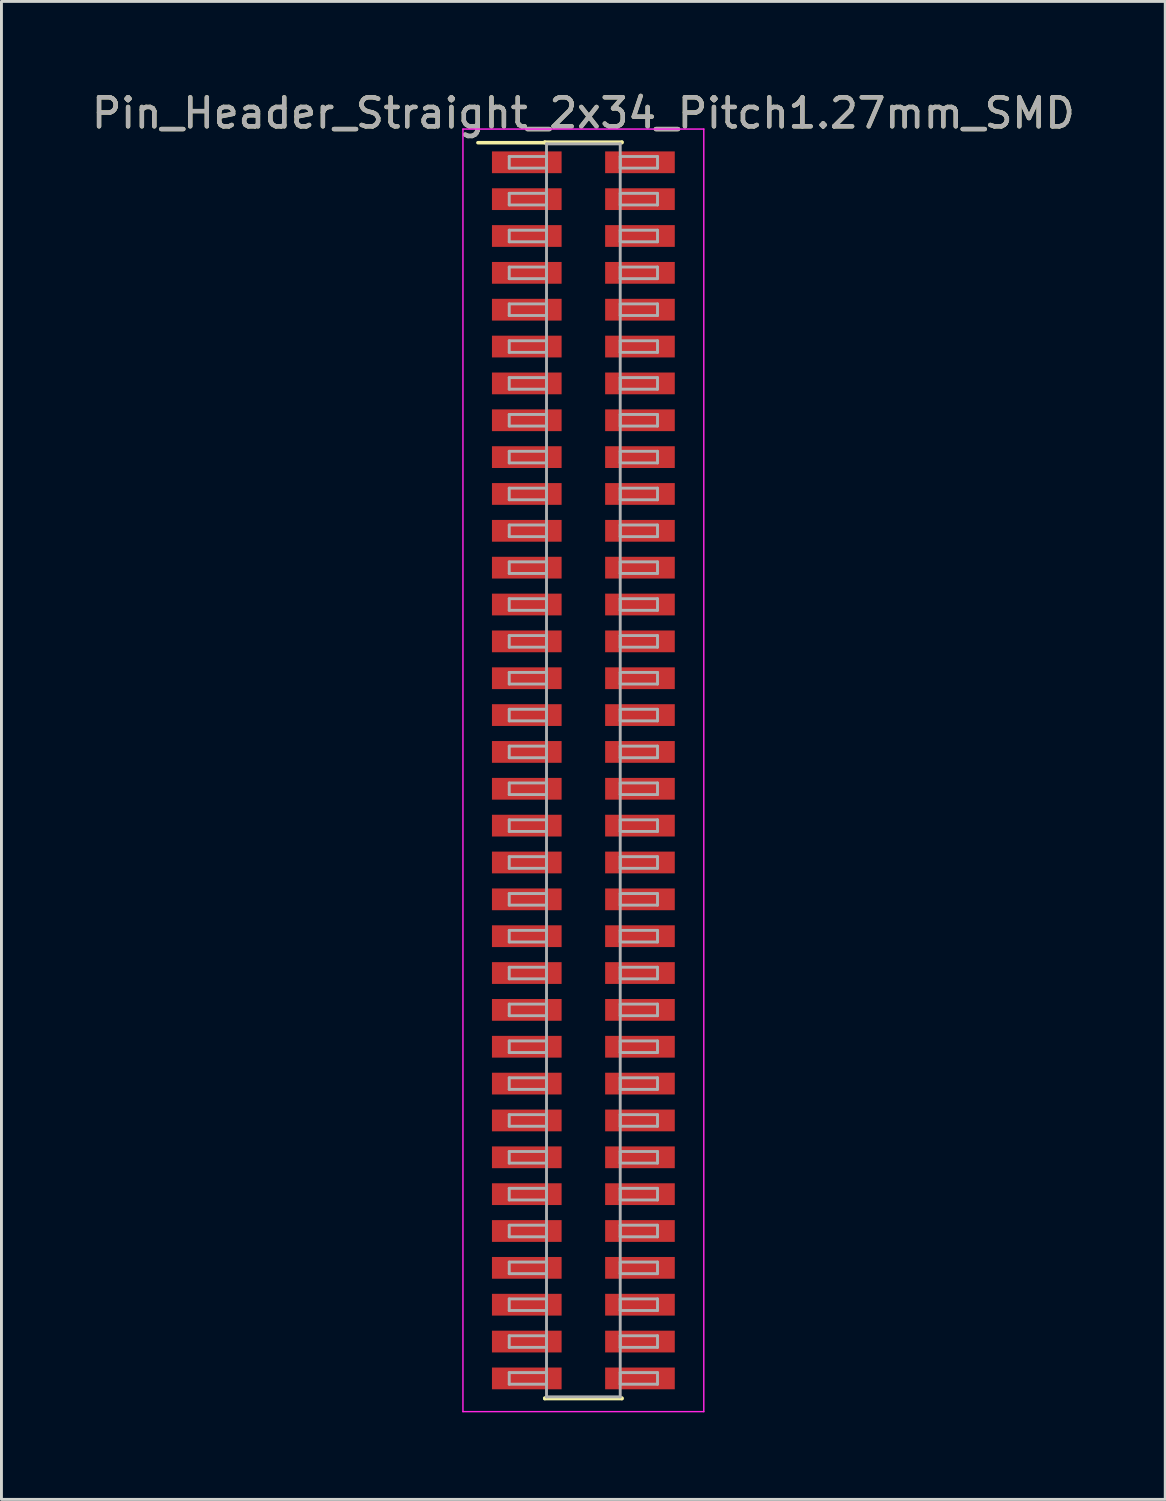
<source format=kicad_pcb>
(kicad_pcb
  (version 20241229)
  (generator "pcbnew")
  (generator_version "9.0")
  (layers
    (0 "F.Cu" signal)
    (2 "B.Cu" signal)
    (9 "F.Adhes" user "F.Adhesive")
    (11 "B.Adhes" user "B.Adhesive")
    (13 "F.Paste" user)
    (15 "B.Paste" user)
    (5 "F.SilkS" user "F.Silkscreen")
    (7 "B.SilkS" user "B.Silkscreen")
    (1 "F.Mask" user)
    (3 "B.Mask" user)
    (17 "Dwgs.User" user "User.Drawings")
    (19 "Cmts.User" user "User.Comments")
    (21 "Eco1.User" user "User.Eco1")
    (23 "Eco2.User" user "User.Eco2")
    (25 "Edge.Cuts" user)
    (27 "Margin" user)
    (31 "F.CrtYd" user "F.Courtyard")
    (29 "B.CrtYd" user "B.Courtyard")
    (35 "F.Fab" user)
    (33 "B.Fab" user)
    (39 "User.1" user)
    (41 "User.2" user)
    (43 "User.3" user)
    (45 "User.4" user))
  (footprint "Pin_Header_Straight_2x34_Pitch1.27mm_SMD"
    (layer "F.Cu")
    (at 17.054 23.498)
    (property "Reference" "Pin_Header_Straight_2x34_Pitch1.27mm_SMD" (at 0 -22.65 0) (layer "F.SilkS") (effects (font (size 1 1) (thickness 0.15))))
    (attr smd)
    (fp_line (start -3.635 -21.63) (end -1.33 -21.63) (stroke (width 0.12) (type solid)) (layer "F.SilkS"))
    (fp_line (start -1.33 -21.65) (end 1.33 -21.65) (stroke (width 0.12) (type solid)) (layer "F.SilkS"))
    (fp_line (start -1.33 -21.63) (end -1.33 -21.65) (stroke (width 0.12) (type solid)) (layer "F.SilkS"))
    (fp_line (start -1.33 21.63) (end -1.33 21.65) (stroke (width 0.12) (type solid)) (layer "F.SilkS"))
    (fp_line (start -1.33 21.65) (end 1.33 21.65) (stroke (width 0.12) (type solid)) (layer "F.SilkS"))
    (fp_line (start 1.33 -21.65) (end 1.33 -21.63) (stroke (width 0.12) (type solid)) (layer "F.SilkS"))
    (fp_line (start 1.33 21.65) (end 1.33 21.63) (stroke (width 0.12) (type solid)) (layer "F.SilkS"))
    (fp_line (start -4.15 -22.1) (end -4.15 22.1) (stroke (width 0.05) (type solid)) (layer "F.CrtYd"))
    (fp_line (start -4.15 22.1) (end 4.15 22.1) (stroke (width 0.05) (type solid)) (layer "F.CrtYd"))
    (fp_line (start 4.15 -22.1) (end -4.15 -22.1) (stroke (width 0.05) (type solid)) (layer "F.CrtYd"))
    (fp_line (start 4.15 22.1) (end 4.15 -22.1) (stroke (width 0.05) (type solid)) (layer "F.CrtYd"))
    (fp_line (start -2.555 -21.155) (end -1.27 -21.155) (stroke (width 0.1) (type solid)) (layer "F.Fab"))
    (fp_line (start -2.555 -20.755) (end -2.555 -21.155) (stroke (width 0.1) (type solid)) (layer "F.Fab"))
    (fp_line (start -2.555 -19.885) (end -1.27 -19.885) (stroke (width 0.1) (type solid)) (layer "F.Fab"))
    (fp_line (start -2.555 -19.485) (end -2.555 -19.885) (stroke (width 0.1) (type solid)) (layer "F.Fab"))
    (fp_line (start -2.555 -18.615) (end -1.27 -18.615) (stroke (width 0.1) (type solid)) (layer "F.Fab"))
    (fp_line (start -2.555 -18.215) (end -2.555 -18.615) (stroke (width 0.1) (type solid)) (layer "F.Fab"))
    (fp_line (start -2.555 -17.345) (end -1.27 -17.345) (stroke (width 0.1) (type solid)) (layer "F.Fab"))
    (fp_line (start -2.555 -16.945) (end -2.555 -17.345) (stroke (width 0.1) (type solid)) (layer "F.Fab"))
    (fp_line (start -2.555 -16.075) (end -1.27 -16.075) (stroke (width 0.1) (type solid)) (layer "F.Fab"))
    (fp_line (start -2.555 -15.675) (end -2.555 -16.075) (stroke (width 0.1) (type solid)) (layer "F.Fab"))
    (fp_line (start -2.555 -14.805) (end -1.27 -14.805) (stroke (width 0.1) (type solid)) (layer "F.Fab"))
    (fp_line (start -2.555 -14.405) (end -2.555 -14.805) (stroke (width 0.1) (type solid)) (layer "F.Fab"))
    (fp_line (start -2.555 -13.535) (end -1.27 -13.535) (stroke (width 0.1) (type solid)) (layer "F.Fab"))
    (fp_line (start -2.555 -13.135) (end -2.555 -13.535) (stroke (width 0.1) (type solid)) (layer "F.Fab"))
    (fp_line (start -2.555 -12.265) (end -1.27 -12.265) (stroke (width 0.1) (type solid)) (layer "F.Fab"))
    (fp_line (start -2.555 -11.865) (end -2.555 -12.265) (stroke (width 0.1) (type solid)) (layer "F.Fab"))
    (fp_line (start -2.555 -10.995) (end -1.27 -10.995) (stroke (width 0.1) (type solid)) (layer "F.Fab"))
    (fp_line (start -2.555 -10.595) (end -2.555 -10.995) (stroke (width 0.1) (type solid)) (layer "F.Fab"))
    (fp_line (start -2.555 -9.725) (end -1.27 -9.725) (stroke (width 0.1) (type solid)) (layer "F.Fab"))
    (fp_line (start -2.555 -9.325) (end -2.555 -9.725) (stroke (width 0.1) (type solid)) (layer "F.Fab"))
    (fp_line (start -2.555 -8.455) (end -1.27 -8.455) (stroke (width 0.1) (type solid)) (layer "F.Fab"))
    (fp_line (start -2.555 -8.055) (end -2.555 -8.455) (stroke (width 0.1) (type solid)) (layer "F.Fab"))
    (fp_line (start -2.555 -7.185) (end -1.27 -7.185) (stroke (width 0.1) (type solid)) (layer "F.Fab"))
    (fp_line (start -2.555 -6.785) (end -2.555 -7.185) (stroke (width 0.1) (type solid)) (layer "F.Fab"))
    (fp_line (start -2.555 -5.915) (end -1.27 -5.915) (stroke (width 0.1) (type solid)) (layer "F.Fab"))
    (fp_line (start -2.555 -5.515) (end -2.555 -5.915) (stroke (width 0.1) (type solid)) (layer "F.Fab"))
    (fp_line (start -2.555 -4.645) (end -1.27 -4.645) (stroke (width 0.1) (type solid)) (layer "F.Fab"))
    (fp_line (start -2.555 -4.245) (end -2.555 -4.645) (stroke (width 0.1) (type solid)) (layer "F.Fab"))
    (fp_line (start -2.555 -3.375) (end -1.27 -3.375) (stroke (width 0.1) (type solid)) (layer "F.Fab"))
    (fp_line (start -2.555 -2.975) (end -2.555 -3.375) (stroke (width 0.1) (type solid)) (layer "F.Fab"))
    (fp_line (start -2.555 -2.105) (end -1.27 -2.105) (stroke (width 0.1) (type solid)) (layer "F.Fab"))
    (fp_line (start -2.555 -1.705) (end -2.555 -2.105) (stroke (width 0.1) (type solid)) (layer "F.Fab"))
    (fp_line (start -2.555 -0.835) (end -1.27 -0.835) (stroke (width 0.1) (type solid)) (layer "F.Fab"))
    (fp_line (start -2.555 -0.435) (end -2.555 -0.835) (stroke (width 0.1) (type solid)) (layer "F.Fab"))
    (fp_line (start -2.555 0.435) (end -1.27 0.435) (stroke (width 0.1) (type solid)) (layer "F.Fab"))
    (fp_line (start -2.555 0.835) (end -2.555 0.435) (stroke (width 0.1) (type solid)) (layer "F.Fab"))
    (fp_line (start -2.555 1.705) (end -1.27 1.705) (stroke (width 0.1) (type solid)) (layer "F.Fab"))
    (fp_line (start -2.555 2.105) (end -2.555 1.705) (stroke (width 0.1) (type solid)) (layer "F.Fab"))
    (fp_line (start -2.555 2.975) (end -1.27 2.975) (stroke (width 0.1) (type solid)) (layer "F.Fab"))
    (fp_line (start -2.555 3.375) (end -2.555 2.975) (stroke (width 0.1) (type solid)) (layer "F.Fab"))
    (fp_line (start -2.555 4.245) (end -1.27 4.245) (stroke (width 0.1) (type solid)) (layer "F.Fab"))
    (fp_line (start -2.555 4.645) (end -2.555 4.245) (stroke (width 0.1) (type solid)) (layer "F.Fab"))
    (fp_line (start -2.555 5.515) (end -1.27 5.515) (stroke (width 0.1) (type solid)) (layer "F.Fab"))
    (fp_line (start -2.555 5.915) (end -2.555 5.515) (stroke (width 0.1) (type solid)) (layer "F.Fab"))
    (fp_line (start -2.555 6.785) (end -1.27 6.785) (stroke (width 0.1) (type solid)) (layer "F.Fab"))
    (fp_line (start -2.555 7.185) (end -2.555 6.785) (stroke (width 0.1) (type solid)) (layer "F.Fab"))
    (fp_line (start -2.555 8.055) (end -1.27 8.055) (stroke (width 0.1) (type solid)) (layer "F.Fab"))
    (fp_line (start -2.555 8.455) (end -2.555 8.055) (stroke (width 0.1) (type solid)) (layer "F.Fab"))
    (fp_line (start -2.555 9.325) (end -1.27 9.325) (stroke (width 0.1) (type solid)) (layer "F.Fab"))
    (fp_line (start -2.555 9.725) (end -2.555 9.325) (stroke (width 0.1) (type solid)) (layer "F.Fab"))
    (fp_line (start -2.555 10.595) (end -1.27 10.595) (stroke (width 0.1) (type solid)) (layer "F.Fab"))
    (fp_line (start -2.555 10.995) (end -2.555 10.595) (stroke (width 0.1) (type solid)) (layer "F.Fab"))
    (fp_line (start -2.555 11.865) (end -1.27 11.865) (stroke (width 0.1) (type solid)) (layer "F.Fab"))
    (fp_line (start -2.555 12.265) (end -2.555 11.865) (stroke (width 0.1) (type solid)) (layer "F.Fab"))
    (fp_line (start -2.555 13.135) (end -1.27 13.135) (stroke (width 0.1) (type solid)) (layer "F.Fab"))
    (fp_line (start -2.555 13.535) (end -2.555 13.135) (stroke (width 0.1) (type solid)) (layer "F.Fab"))
    (fp_line (start -2.555 14.405) (end -1.27 14.405) (stroke (width 0.1) (type solid)) (layer "F.Fab"))
    (fp_line (start -2.555 14.805) (end -2.555 14.405) (stroke (width 0.1) (type solid)) (layer "F.Fab"))
    (fp_line (start -2.555 15.675) (end -1.27 15.675) (stroke (width 0.1) (type solid)) (layer "F.Fab"))
    (fp_line (start -2.555 16.075) (end -2.555 15.675) (stroke (width 0.1) (type solid)) (layer "F.Fab"))
    (fp_line (start -2.555 16.945) (end -1.27 16.945) (stroke (width 0.1) (type solid)) (layer "F.Fab"))
    (fp_line (start -2.555 17.345) (end -2.555 16.945) (stroke (width 0.1) (type solid)) (layer "F.Fab"))
    (fp_line (start -2.555 18.215) (end -1.27 18.215) (stroke (width 0.1) (type solid)) (layer "F.Fab"))
    (fp_line (start -2.555 18.615) (end -2.555 18.215) (stroke (width 0.1) (type solid)) (layer "F.Fab"))
    (fp_line (start -2.555 19.485) (end -1.27 19.485) (stroke (width 0.1) (type solid)) (layer "F.Fab"))
    (fp_line (start -2.555 19.885) (end -2.555 19.485) (stroke (width 0.1) (type solid)) (layer "F.Fab"))
    (fp_line (start -2.555 20.755) (end -1.27 20.755) (stroke (width 0.1) (type solid)) (layer "F.Fab"))
    (fp_line (start -2.555 21.155) (end -2.555 20.755) (stroke (width 0.1) (type solid)) (layer "F.Fab"))
    (fp_line (start -1.27 -21.59) (end -1.27 21.59) (stroke (width 0.1) (type solid)) (layer "F.Fab"))
    (fp_line (start -1.27 -21.155) (end -1.27 -20.755) (stroke (width 0.1) (type solid)) (layer "F.Fab"))
    (fp_line (start -1.27 -20.755) (end -2.555 -20.755) (stroke (width 0.1) (type solid)) (layer "F.Fab"))
    (fp_line (start -1.27 -19.885) (end -1.27 -19.485) (stroke (width 0.1) (type solid)) (layer "F.Fab"))
    (fp_line (start -1.27 -19.485) (end -2.555 -19.485) (stroke (width 0.1) (type solid)) (layer "F.Fab"))
    (fp_line (start -1.27 -18.615) (end -1.27 -18.215) (stroke (width 0.1) (type solid)) (layer "F.Fab"))
    (fp_line (start -1.27 -18.215) (end -2.555 -18.215) (stroke (width 0.1) (type solid)) (layer "F.Fab"))
    (fp_line (start -1.27 -17.345) (end -1.27 -16.945) (stroke (width 0.1) (type solid)) (layer "F.Fab"))
    (fp_line (start -1.27 -16.945) (end -2.555 -16.945) (stroke (width 0.1) (type solid)) (layer "F.Fab"))
    (fp_line (start -1.27 -16.075) (end -1.27 -15.675) (stroke (width 0.1) (type solid)) (layer "F.Fab"))
    (fp_line (start -1.27 -15.675) (end -2.555 -15.675) (stroke (width 0.1) (type solid)) (layer "F.Fab"))
    (fp_line (start -1.27 -14.805) (end -1.27 -14.405) (stroke (width 0.1) (type solid)) (layer "F.Fab"))
    (fp_line (start -1.27 -14.405) (end -2.555 -14.405) (stroke (width 0.1) (type solid)) (layer "F.Fab"))
    (fp_line (start -1.27 -13.535) (end -1.27 -13.135) (stroke (width 0.1) (type solid)) (layer "F.Fab"))
    (fp_line (start -1.27 -13.135) (end -2.555 -13.135) (stroke (width 0.1) (type solid)) (layer "F.Fab"))
    (fp_line (start -1.27 -12.265) (end -1.27 -11.865) (stroke (width 0.1) (type solid)) (layer "F.Fab"))
    (fp_line (start -1.27 -11.865) (end -2.555 -11.865) (stroke (width 0.1) (type solid)) (layer "F.Fab"))
    (fp_line (start -1.27 -10.995) (end -1.27 -10.595) (stroke (width 0.1) (type solid)) (layer "F.Fab"))
    (fp_line (start -1.27 -10.595) (end -2.555 -10.595) (stroke (width 0.1) (type solid)) (layer "F.Fab"))
    (fp_line (start -1.27 -9.725) (end -1.27 -9.325) (stroke (width 0.1) (type solid)) (layer "F.Fab"))
    (fp_line (start -1.27 -9.325) (end -2.555 -9.325) (stroke (width 0.1) (type solid)) (layer "F.Fab"))
    (fp_line (start -1.27 -8.455) (end -1.27 -8.055) (stroke (width 0.1) (type solid)) (layer "F.Fab"))
    (fp_line (start -1.27 -8.055) (end -2.555 -8.055) (stroke (width 0.1) (type solid)) (layer "F.Fab"))
    (fp_line (start -1.27 -7.185) (end -1.27 -6.785) (stroke (width 0.1) (type solid)) (layer "F.Fab"))
    (fp_line (start -1.27 -6.785) (end -2.555 -6.785) (stroke (width 0.1) (type solid)) (layer "F.Fab"))
    (fp_line (start -1.27 -5.915) (end -1.27 -5.515) (stroke (width 0.1) (type solid)) (layer "F.Fab"))
    (fp_line (start -1.27 -5.515) (end -2.555 -5.515) (stroke (width 0.1) (type solid)) (layer "F.Fab"))
    (fp_line (start -1.27 -4.645) (end -1.27 -4.245) (stroke (width 0.1) (type solid)) (layer "F.Fab"))
    (fp_line (start -1.27 -4.245) (end -2.555 -4.245) (stroke (width 0.1) (type solid)) (layer "F.Fab"))
    (fp_line (start -1.27 -3.375) (end -1.27 -2.975) (stroke (width 0.1) (type solid)) (layer "F.Fab"))
    (fp_line (start -1.27 -2.975) (end -2.555 -2.975) (stroke (width 0.1) (type solid)) (layer "F.Fab"))
    (fp_line (start -1.27 -2.105) (end -1.27 -1.705) (stroke (width 0.1) (type solid)) (layer "F.Fab"))
    (fp_line (start -1.27 -1.705) (end -2.555 -1.705) (stroke (width 0.1) (type solid)) (layer "F.Fab"))
    (fp_line (start -1.27 -0.835) (end -1.27 -0.435) (stroke (width 0.1) (type solid)) (layer "F.Fab"))
    (fp_line (start -1.27 -0.435) (end -2.555 -0.435) (stroke (width 0.1) (type solid)) (layer "F.Fab"))
    (fp_line (start -1.27 0.435) (end -1.27 0.835) (stroke (width 0.1) (type solid)) (layer "F.Fab"))
    (fp_line (start -1.27 0.835) (end -2.555 0.835) (stroke (width 0.1) (type solid)) (layer "F.Fab"))
    (fp_line (start -1.27 1.705) (end -1.27 2.105) (stroke (width 0.1) (type solid)) (layer "F.Fab"))
    (fp_line (start -1.27 2.105) (end -2.555 2.105) (stroke (width 0.1) (type solid)) (layer "F.Fab"))
    (fp_line (start -1.27 2.975) (end -1.27 3.375) (stroke (width 0.1) (type solid)) (layer "F.Fab"))
    (fp_line (start -1.27 3.375) (end -2.555 3.375) (stroke (width 0.1) (type solid)) (layer "F.Fab"))
    (fp_line (start -1.27 4.245) (end -1.27 4.645) (stroke (width 0.1) (type solid)) (layer "F.Fab"))
    (fp_line (start -1.27 4.645) (end -2.555 4.645) (stroke (width 0.1) (type solid)) (layer "F.Fab"))
    (fp_line (start -1.27 5.515) (end -1.27 5.915) (stroke (width 0.1) (type solid)) (layer "F.Fab"))
    (fp_line (start -1.27 5.915) (end -2.555 5.915) (stroke (width 0.1) (type solid)) (layer "F.Fab"))
    (fp_line (start -1.27 6.785) (end -1.27 7.185) (stroke (width 0.1) (type solid)) (layer "F.Fab"))
    (fp_line (start -1.27 7.185) (end -2.555 7.185) (stroke (width 0.1) (type solid)) (layer "F.Fab"))
    (fp_line (start -1.27 8.055) (end -1.27 8.455) (stroke (width 0.1) (type solid)) (layer "F.Fab"))
    (fp_line (start -1.27 8.455) (end -2.555 8.455) (stroke (width 0.1) (type solid)) (layer "F.Fab"))
    (fp_line (start -1.27 9.325) (end -1.27 9.725) (stroke (width 0.1) (type solid)) (layer "F.Fab"))
    (fp_line (start -1.27 9.725) (end -2.555 9.725) (stroke (width 0.1) (type solid)) (layer "F.Fab"))
    (fp_line (start -1.27 10.595) (end -1.27 10.995) (stroke (width 0.1) (type solid)) (layer "F.Fab"))
    (fp_line (start -1.27 10.995) (end -2.555 10.995) (stroke (width 0.1) (type solid)) (layer "F.Fab"))
    (fp_line (start -1.27 11.865) (end -1.27 12.265) (stroke (width 0.1) (type solid)) (layer "F.Fab"))
    (fp_line (start -1.27 12.265) (end -2.555 12.265) (stroke (width 0.1) (type solid)) (layer "F.Fab"))
    (fp_line (start -1.27 13.135) (end -1.27 13.535) (stroke (width 0.1) (type solid)) (layer "F.Fab"))
    (fp_line (start -1.27 13.535) (end -2.555 13.535) (stroke (width 0.1) (type solid)) (layer "F.Fab"))
    (fp_line (start -1.27 14.405) (end -1.27 14.805) (stroke (width 0.1) (type solid)) (layer "F.Fab"))
    (fp_line (start -1.27 14.805) (end -2.555 14.805) (stroke (width 0.1) (type solid)) (layer "F.Fab"))
    (fp_line (start -1.27 15.675) (end -1.27 16.075) (stroke (width 0.1) (type solid)) (layer "F.Fab"))
    (fp_line (start -1.27 16.075) (end -2.555 16.075) (stroke (width 0.1) (type solid)) (layer "F.Fab"))
    (fp_line (start -1.27 16.945) (end -1.27 17.345) (stroke (width 0.1) (type solid)) (layer "F.Fab"))
    (fp_line (start -1.27 17.345) (end -2.555 17.345) (stroke (width 0.1) (type solid)) (layer "F.Fab"))
    (fp_line (start -1.27 18.215) (end -1.27 18.615) (stroke (width 0.1) (type solid)) (layer "F.Fab"))
    (fp_line (start -1.27 18.615) (end -2.555 18.615) (stroke (width 0.1) (type solid)) (layer "F.Fab"))
    (fp_line (start -1.27 19.485) (end -1.27 19.885) (stroke (width 0.1) (type solid)) (layer "F.Fab"))
    (fp_line (start -1.27 19.885) (end -2.555 19.885) (stroke (width 0.1) (type solid)) (layer "F.Fab"))
    (fp_line (start -1.27 20.755) (end -1.27 21.155) (stroke (width 0.1) (type solid)) (layer "F.Fab"))
    (fp_line (start -1.27 21.155) (end -2.555 21.155) (stroke (width 0.1) (type solid)) (layer "F.Fab"))
    (fp_line (start -1.27 21.59) (end 1.27 21.59) (stroke (width 0.1) (type solid)) (layer "F.Fab"))
    (fp_line (start 1.27 -21.59) (end -1.27 -21.59) (stroke (width 0.1) (type solid)) (layer "F.Fab"))
    (fp_line (start 1.27 -21.155) (end 1.27 -20.755) (stroke (width 0.1) (type solid)) (layer "F.Fab"))
    (fp_line (start 1.27 -20.755) (end 2.555 -20.755) (stroke (width 0.1) (type solid)) (layer "F.Fab"))
    (fp_line (start 1.27 -19.885) (end 1.27 -19.485) (stroke (width 0.1) (type solid)) (layer "F.Fab"))
    (fp_line (start 1.27 -19.485) (end 2.555 -19.485) (stroke (width 0.1) (type solid)) (layer "F.Fab"))
    (fp_line (start 1.27 -18.615) (end 1.27 -18.215) (stroke (width 0.1) (type solid)) (layer "F.Fab"))
    (fp_line (start 1.27 -18.215) (end 2.555 -18.215) (stroke (width 0.1) (type solid)) (layer "F.Fab"))
    (fp_line (start 1.27 -17.345) (end 1.27 -16.945) (stroke (width 0.1) (type solid)) (layer "F.Fab"))
    (fp_line (start 1.27 -16.945) (end 2.555 -16.945) (stroke (width 0.1) (type solid)) (layer "F.Fab"))
    (fp_line (start 1.27 -16.075) (end 1.27 -15.675) (stroke (width 0.1) (type solid)) (layer "F.Fab"))
    (fp_line (start 1.27 -15.675) (end 2.555 -15.675) (stroke (width 0.1) (type solid)) (layer "F.Fab"))
    (fp_line (start 1.27 -14.805) (end 1.27 -14.405) (stroke (width 0.1) (type solid)) (layer "F.Fab"))
    (fp_line (start 1.27 -14.405) (end 2.555 -14.405) (stroke (width 0.1) (type solid)) (layer "F.Fab"))
    (fp_line (start 1.27 -13.535) (end 1.27 -13.135) (stroke (width 0.1) (type solid)) (layer "F.Fab"))
    (fp_line (start 1.27 -13.135) (end 2.555 -13.135) (stroke (width 0.1) (type solid)) (layer "F.Fab"))
    (fp_line (start 1.27 -12.265) (end 1.27 -11.865) (stroke (width 0.1) (type solid)) (layer "F.Fab"))
    (fp_line (start 1.27 -11.865) (end 2.555 -11.865) (stroke (width 0.1) (type solid)) (layer "F.Fab"))
    (fp_line (start 1.27 -10.995) (end 1.27 -10.595) (stroke (width 0.1) (type solid)) (layer "F.Fab"))
    (fp_line (start 1.27 -10.595) (end 2.555 -10.595) (stroke (width 0.1) (type solid)) (layer "F.Fab"))
    (fp_line (start 1.27 -9.725) (end 1.27 -9.325) (stroke (width 0.1) (type solid)) (layer "F.Fab"))
    (fp_line (start 1.27 -9.325) (end 2.555 -9.325) (stroke (width 0.1) (type solid)) (layer "F.Fab"))
    (fp_line (start 1.27 -8.455) (end 1.27 -8.055) (stroke (width 0.1) (type solid)) (layer "F.Fab"))
    (fp_line (start 1.27 -8.055) (end 2.555 -8.055) (stroke (width 0.1) (type solid)) (layer "F.Fab"))
    (fp_line (start 1.27 -7.185) (end 1.27 -6.785) (stroke (width 0.1) (type solid)) (layer "F.Fab"))
    (fp_line (start 1.27 -6.785) (end 2.555 -6.785) (stroke (width 0.1) (type solid)) (layer "F.Fab"))
    (fp_line (start 1.27 -5.915) (end 1.27 -5.515) (stroke (width 0.1) (type solid)) (layer "F.Fab"))
    (fp_line (start 1.27 -5.515) (end 2.555 -5.515) (stroke (width 0.1) (type solid)) (layer "F.Fab"))
    (fp_line (start 1.27 -4.645) (end 1.27 -4.245) (stroke (width 0.1) (type solid)) (layer "F.Fab"))
    (fp_line (start 1.27 -4.245) (end 2.555 -4.245) (stroke (width 0.1) (type solid)) (layer "F.Fab"))
    (fp_line (start 1.27 -3.375) (end 1.27 -2.975) (stroke (width 0.1) (type solid)) (layer "F.Fab"))
    (fp_line (start 1.27 -2.975) (end 2.555 -2.975) (stroke (width 0.1) (type solid)) (layer "F.Fab"))
    (fp_line (start 1.27 -2.105) (end 1.27 -1.705) (stroke (width 0.1) (type solid)) (layer "F.Fab"))
    (fp_line (start 1.27 -1.705) (end 2.555 -1.705) (stroke (width 0.1) (type solid)) (layer "F.Fab"))
    (fp_line (start 1.27 -0.835) (end 1.27 -0.435) (stroke (width 0.1) (type solid)) (layer "F.Fab"))
    (fp_line (start 1.27 -0.435) (end 2.555 -0.435) (stroke (width 0.1) (type solid)) (layer "F.Fab"))
    (fp_line (start 1.27 0.435) (end 1.27 0.835) (stroke (width 0.1) (type solid)) (layer "F.Fab"))
    (fp_line (start 1.27 0.835) (end 2.555 0.835) (stroke (width 0.1) (type solid)) (layer "F.Fab"))
    (fp_line (start 1.27 1.705) (end 1.27 2.105) (stroke (width 0.1) (type solid)) (layer "F.Fab"))
    (fp_line (start 1.27 2.105) (end 2.555 2.105) (stroke (width 0.1) (type solid)) (layer "F.Fab"))
    (fp_line (start 1.27 2.975) (end 1.27 3.375) (stroke (width 0.1) (type solid)) (layer "F.Fab"))
    (fp_line (start 1.27 3.375) (end 2.555 3.375) (stroke (width 0.1) (type solid)) (layer "F.Fab"))
    (fp_line (start 1.27 4.245) (end 1.27 4.645) (stroke (width 0.1) (type solid)) (layer "F.Fab"))
    (fp_line (start 1.27 4.645) (end 2.555 4.645) (stroke (width 0.1) (type solid)) (layer "F.Fab"))
    (fp_line (start 1.27 5.515) (end 1.27 5.915) (stroke (width 0.1) (type solid)) (layer "F.Fab"))
    (fp_line (start 1.27 5.915) (end 2.555 5.915) (stroke (width 0.1) (type solid)) (layer "F.Fab"))
    (fp_line (start 1.27 6.785) (end 1.27 7.185) (stroke (width 0.1) (type solid)) (layer "F.Fab"))
    (fp_line (start 1.27 7.185) (end 2.555 7.185) (stroke (width 0.1) (type solid)) (layer "F.Fab"))
    (fp_line (start 1.27 8.055) (end 1.27 8.455) (stroke (width 0.1) (type solid)) (layer "F.Fab"))
    (fp_line (start 1.27 8.455) (end 2.555 8.455) (stroke (width 0.1) (type solid)) (layer "F.Fab"))
    (fp_line (start 1.27 9.325) (end 1.27 9.725) (stroke (width 0.1) (type solid)) (layer "F.Fab"))
    (fp_line (start 1.27 9.725) (end 2.555 9.725) (stroke (width 0.1) (type solid)) (layer "F.Fab"))
    (fp_line (start 1.27 10.595) (end 1.27 10.995) (stroke (width 0.1) (type solid)) (layer "F.Fab"))
    (fp_line (start 1.27 10.995) (end 2.555 10.995) (stroke (width 0.1) (type solid)) (layer "F.Fab"))
    (fp_line (start 1.27 11.865) (end 1.27 12.265) (stroke (width 0.1) (type solid)) (layer "F.Fab"))
    (fp_line (start 1.27 12.265) (end 2.555 12.265) (stroke (width 0.1) (type solid)) (layer "F.Fab"))
    (fp_line (start 1.27 13.135) (end 1.27 13.535) (stroke (width 0.1) (type solid)) (layer "F.Fab"))
    (fp_line (start 1.27 13.535) (end 2.555 13.535) (stroke (width 0.1) (type solid)) (layer "F.Fab"))
    (fp_line (start 1.27 14.405) (end 1.27 14.805) (stroke (width 0.1) (type solid)) (layer "F.Fab"))
    (fp_line (start 1.27 14.805) (end 2.555 14.805) (stroke (width 0.1) (type solid)) (layer "F.Fab"))
    (fp_line (start 1.27 15.675) (end 1.27 16.075) (stroke (width 0.1) (type solid)) (layer "F.Fab"))
    (fp_line (start 1.27 16.075) (end 2.555 16.075) (stroke (width 0.1) (type solid)) (layer "F.Fab"))
    (fp_line (start 1.27 16.945) (end 1.27 17.345) (stroke (width 0.1) (type solid)) (layer "F.Fab"))
    (fp_line (start 1.27 17.345) (end 2.555 17.345) (stroke (width 0.1) (type solid)) (layer "F.Fab"))
    (fp_line (start 1.27 18.215) (end 1.27 18.615) (stroke (width 0.1) (type solid)) (layer "F.Fab"))
    (fp_line (start 1.27 18.615) (end 2.555 18.615) (stroke (width 0.1) (type solid)) (layer "F.Fab"))
    (fp_line (start 1.27 19.485) (end 1.27 19.885) (stroke (width 0.1) (type solid)) (layer "F.Fab"))
    (fp_line (start 1.27 19.885) (end 2.555 19.885) (stroke (width 0.1) (type solid)) (layer "F.Fab"))
    (fp_line (start 1.27 20.755) (end 1.27 21.155) (stroke (width 0.1) (type solid)) (layer "F.Fab"))
    (fp_line (start 1.27 21.155) (end 2.555 21.155) (stroke (width 0.1) (type solid)) (layer "F.Fab"))
    (fp_line (start 1.27 21.59) (end 1.27 -21.59) (stroke (width 0.1) (type solid)) (layer "F.Fab"))
    (fp_line (start 2.555 -21.155) (end 1.27 -21.155) (stroke (width 0.1) (type solid)) (layer "F.Fab"))
    (fp_line (start 2.555 -20.755) (end 2.555 -21.155) (stroke (width 0.1) (type solid)) (layer "F.Fab"))
    (fp_line (start 2.555 -19.885) (end 1.27 -19.885) (stroke (width 0.1) (type solid)) (layer "F.Fab"))
    (fp_line (start 2.555 -19.485) (end 2.555 -19.885) (stroke (width 0.1) (type solid)) (layer "F.Fab"))
    (fp_line (start 2.555 -18.615) (end 1.27 -18.615) (stroke (width 0.1) (type solid)) (layer "F.Fab"))
    (fp_line (start 2.555 -18.215) (end 2.555 -18.615) (stroke (width 0.1) (type solid)) (layer "F.Fab"))
    (fp_line (start 2.555 -17.345) (end 1.27 -17.345) (stroke (width 0.1) (type solid)) (layer "F.Fab"))
    (fp_line (start 2.555 -16.945) (end 2.555 -17.345) (stroke (width 0.1) (type solid)) (layer "F.Fab"))
    (fp_line (start 2.555 -16.075) (end 1.27 -16.075) (stroke (width 0.1) (type solid)) (layer "F.Fab"))
    (fp_line (start 2.555 -15.675) (end 2.555 -16.075) (stroke (width 0.1) (type solid)) (layer "F.Fab"))
    (fp_line (start 2.555 -14.805) (end 1.27 -14.805) (stroke (width 0.1) (type solid)) (layer "F.Fab"))
    (fp_line (start 2.555 -14.405) (end 2.555 -14.805) (stroke (width 0.1) (type solid)) (layer "F.Fab"))
    (fp_line (start 2.555 -13.535) (end 1.27 -13.535) (stroke (width 0.1) (type solid)) (layer "F.Fab"))
    (fp_line (start 2.555 -13.135) (end 2.555 -13.535) (stroke (width 0.1) (type solid)) (layer "F.Fab"))
    (fp_line (start 2.555 -12.265) (end 1.27 -12.265) (stroke (width 0.1) (type solid)) (layer "F.Fab"))
    (fp_line (start 2.555 -11.865) (end 2.555 -12.265) (stroke (width 0.1) (type solid)) (layer "F.Fab"))
    (fp_line (start 2.555 -10.995) (end 1.27 -10.995) (stroke (width 0.1) (type solid)) (layer "F.Fab"))
    (fp_line (start 2.555 -10.595) (end 2.555 -10.995) (stroke (width 0.1) (type solid)) (layer "F.Fab"))
    (fp_line (start 2.555 -9.725) (end 1.27 -9.725) (stroke (width 0.1) (type solid)) (layer "F.Fab"))
    (fp_line (start 2.555 -9.325) (end 2.555 -9.725) (stroke (width 0.1) (type solid)) (layer "F.Fab"))
    (fp_line (start 2.555 -8.455) (end 1.27 -8.455) (stroke (width 0.1) (type solid)) (layer "F.Fab"))
    (fp_line (start 2.555 -8.055) (end 2.555 -8.455) (stroke (width 0.1) (type solid)) (layer "F.Fab"))
    (fp_line (start 2.555 -7.185) (end 1.27 -7.185) (stroke (width 0.1) (type solid)) (layer "F.Fab"))
    (fp_line (start 2.555 -6.785) (end 2.555 -7.185) (stroke (width 0.1) (type solid)) (layer "F.Fab"))
    (fp_line (start 2.555 -5.915) (end 1.27 -5.915) (stroke (width 0.1) (type solid)) (layer "F.Fab"))
    (fp_line (start 2.555 -5.515) (end 2.555 -5.915) (stroke (width 0.1) (type solid)) (layer "F.Fab"))
    (fp_line (start 2.555 -4.645) (end 1.27 -4.645) (stroke (width 0.1) (type solid)) (layer "F.Fab"))
    (fp_line (start 2.555 -4.245) (end 2.555 -4.645) (stroke (width 0.1) (type solid)) (layer "F.Fab"))
    (fp_line (start 2.555 -3.375) (end 1.27 -3.375) (stroke (width 0.1) (type solid)) (layer "F.Fab"))
    (fp_line (start 2.555 -2.975) (end 2.555 -3.375) (stroke (width 0.1) (type solid)) (layer "F.Fab"))
    (fp_line (start 2.555 -2.105) (end 1.27 -2.105) (stroke (width 0.1) (type solid)) (layer "F.Fab"))
    (fp_line (start 2.555 -1.705) (end 2.555 -2.105) (stroke (width 0.1) (type solid)) (layer "F.Fab"))
    (fp_line (start 2.555 -0.835) (end 1.27 -0.835) (stroke (width 0.1) (type solid)) (layer "F.Fab"))
    (fp_line (start 2.555 -0.435) (end 2.555 -0.835) (stroke (width 0.1) (type solid)) (layer "F.Fab"))
    (fp_line (start 2.555 0.435) (end 1.27 0.435) (stroke (width 0.1) (type solid)) (layer "F.Fab"))
    (fp_line (start 2.555 0.835) (end 2.555 0.435) (stroke (width 0.1) (type solid)) (layer "F.Fab"))
    (fp_line (start 2.555 1.705) (end 1.27 1.705) (stroke (width 0.1) (type solid)) (layer "F.Fab"))
    (fp_line (start 2.555 2.105) (end 2.555 1.705) (stroke (width 0.1) (type solid)) (layer "F.Fab"))
    (fp_line (start 2.555 2.975) (end 1.27 2.975) (stroke (width 0.1) (type solid)) (layer "F.Fab"))
    (fp_line (start 2.555 3.375) (end 2.555 2.975) (stroke (width 0.1) (type solid)) (layer "F.Fab"))
    (fp_line (start 2.555 4.245) (end 1.27 4.245) (stroke (width 0.1) (type solid)) (layer "F.Fab"))
    (fp_line (start 2.555 4.645) (end 2.555 4.245) (stroke (width 0.1) (type solid)) (layer "F.Fab"))
    (fp_line (start 2.555 5.515) (end 1.27 5.515) (stroke (width 0.1) (type solid)) (layer "F.Fab"))
    (fp_line (start 2.555 5.915) (end 2.555 5.515) (stroke (width 0.1) (type solid)) (layer "F.Fab"))
    (fp_line (start 2.555 6.785) (end 1.27 6.785) (stroke (width 0.1) (type solid)) (layer "F.Fab"))
    (fp_line (start 2.555 7.185) (end 2.555 6.785) (stroke (width 0.1) (type solid)) (layer "F.Fab"))
    (fp_line (start 2.555 8.055) (end 1.27 8.055) (stroke (width 0.1) (type solid)) (layer "F.Fab"))
    (fp_line (start 2.555 8.455) (end 2.555 8.055) (stroke (width 0.1) (type solid)) (layer "F.Fab"))
    (fp_line (start 2.555 9.325) (end 1.27 9.325) (stroke (width 0.1) (type solid)) (layer "F.Fab"))
    (fp_line (start 2.555 9.725) (end 2.555 9.325) (stroke (width 0.1) (type solid)) (layer "F.Fab"))
    (fp_line (start 2.555 10.595) (end 1.27 10.595) (stroke (width 0.1) (type solid)) (layer "F.Fab"))
    (fp_line (start 2.555 10.995) (end 2.555 10.595) (stroke (width 0.1) (type solid)) (layer "F.Fab"))
    (fp_line (start 2.555 11.865) (end 1.27 11.865) (stroke (width 0.1) (type solid)) (layer "F.Fab"))
    (fp_line (start 2.555 12.265) (end 2.555 11.865) (stroke (width 0.1) (type solid)) (layer "F.Fab"))
    (fp_line (start 2.555 13.135) (end 1.27 13.135) (stroke (width 0.1) (type solid)) (layer "F.Fab"))
    (fp_line (start 2.555 13.535) (end 2.555 13.135) (stroke (width 0.1) (type solid)) (layer "F.Fab"))
    (fp_line (start 2.555 14.405) (end 1.27 14.405) (stroke (width 0.1) (type solid)) (layer "F.Fab"))
    (fp_line (start 2.555 14.805) (end 2.555 14.405) (stroke (width 0.1) (type solid)) (layer "F.Fab"))
    (fp_line (start 2.555 15.675) (end 1.27 15.675) (stroke (width 0.1) (type solid)) (layer "F.Fab"))
    (fp_line (start 2.555 16.075) (end 2.555 15.675) (stroke (width 0.1) (type solid)) (layer "F.Fab"))
    (fp_line (start 2.555 16.945) (end 1.27 16.945) (stroke (width 0.1) (type solid)) (layer "F.Fab"))
    (fp_line (start 2.555 17.345) (end 2.555 16.945) (stroke (width 0.1) (type solid)) (layer "F.Fab"))
    (fp_line (start 2.555 18.215) (end 1.27 18.215) (stroke (width 0.1) (type solid)) (layer "F.Fab"))
    (fp_line (start 2.555 18.615) (end 2.555 18.215) (stroke (width 0.1) (type solid)) (layer "F.Fab"))
    (fp_line (start 2.555 19.485) (end 1.27 19.485) (stroke (width 0.1) (type solid)) (layer "F.Fab"))
    (fp_line (start 2.555 19.885) (end 2.555 19.485) (stroke (width 0.1) (type solid)) (layer "F.Fab"))
    (fp_line (start 2.555 20.755) (end 1.27 20.755) (stroke (width 0.1) (type solid)) (layer "F.Fab"))
    (fp_line (start 2.555 21.155) (end 2.555 20.755) (stroke (width 0.1) (type solid)) (layer "F.Fab"))
    (fp_text user "${REFERENCE}" (at 0 -22.65 0) (layer "F.Fab") (effects (font (size 1 1) (thickness 0.15))))
    (pad "1" smd rect (at -1.95 -20.955) (size 2.4 0.75) (layers "F.Cu" "F.Mask" "F.Paste"))
    (pad "2" smd rect (at 1.95 -20.955) (size 2.4 0.75) (layers "F.Cu" "F.Mask" "F.Paste"))
    (pad "3" smd rect (at -1.95 -19.685) (size 2.4 0.75) (layers "F.Cu" "F.Mask" "F.Paste"))
    (pad "4" smd rect (at 1.95 -19.685) (size 2.4 0.75) (layers "F.Cu" "F.Mask" "F.Paste"))
    (pad "5" smd rect (at -1.95 -18.415) (size 2.4 0.75) (layers "F.Cu" "F.Mask" "F.Paste"))
    (pad "6" smd rect (at 1.95 -18.415) (size 2.4 0.75) (layers "F.Cu" "F.Mask" "F.Paste"))
    (pad "7" smd rect (at -1.95 -17.145) (size 2.4 0.75) (layers "F.Cu" "F.Mask" "F.Paste"))
    (pad "8" smd rect (at 1.95 -17.145) (size 2.4 0.75) (layers "F.Cu" "F.Mask" "F.Paste"))
    (pad "9" smd rect (at -1.95 -15.875) (size 2.4 0.75) (layers "F.Cu" "F.Mask" "F.Paste"))
    (pad "10" smd rect (at 1.95 -15.875) (size 2.4 0.75) (layers "F.Cu" "F.Mask" "F.Paste"))
    (pad "11" smd rect (at -1.95 -14.605) (size 2.4 0.75) (layers "F.Cu" "F.Mask" "F.Paste"))
    (pad "12" smd rect (at 1.95 -14.605) (size 2.4 0.75) (layers "F.Cu" "F.Mask" "F.Paste"))
    (pad "13" smd rect (at -1.95 -13.335) (size 2.4 0.75) (layers "F.Cu" "F.Mask" "F.Paste"))
    (pad "14" smd rect (at 1.95 -13.335) (size 2.4 0.75) (layers "F.Cu" "F.Mask" "F.Paste"))
    (pad "15" smd rect (at -1.95 -12.065) (size 2.4 0.75) (layers "F.Cu" "F.Mask" "F.Paste"))
    (pad "16" smd rect (at 1.95 -12.065) (size 2.4 0.75) (layers "F.Cu" "F.Mask" "F.Paste"))
    (pad "17" smd rect (at -1.95 -10.795) (size 2.4 0.75) (layers "F.Cu" "F.Mask" "F.Paste"))
    (pad "18" smd rect (at 1.95 -10.795) (size 2.4 0.75) (layers "F.Cu" "F.Mask" "F.Paste"))
    (pad "19" smd rect (at -1.95 -9.525) (size 2.4 0.75) (layers "F.Cu" "F.Mask" "F.Paste"))
    (pad "20" smd rect (at 1.95 -9.525) (size 2.4 0.75) (layers "F.Cu" "F.Mask" "F.Paste"))
    (pad "21" smd rect (at -1.95 -8.255) (size 2.4 0.75) (layers "F.Cu" "F.Mask" "F.Paste"))
    (pad "22" smd rect (at 1.95 -8.255) (size 2.4 0.75) (layers "F.Cu" "F.Mask" "F.Paste"))
    (pad "23" smd rect (at -1.95 -6.985) (size 2.4 0.75) (layers "F.Cu" "F.Mask" "F.Paste"))
    (pad "24" smd rect (at 1.95 -6.985) (size 2.4 0.75) (layers "F.Cu" "F.Mask" "F.Paste"))
    (pad "25" smd rect (at -1.95 -5.715) (size 2.4 0.75) (layers "F.Cu" "F.Mask" "F.Paste"))
    (pad "26" smd rect (at 1.95 -5.715) (size 2.4 0.75) (layers "F.Cu" "F.Mask" "F.Paste"))
    (pad "27" smd rect (at -1.95 -4.445) (size 2.4 0.75) (layers "F.Cu" "F.Mask" "F.Paste"))
    (pad "28" smd rect (at 1.95 -4.445) (size 2.4 0.75) (layers "F.Cu" "F.Mask" "F.Paste"))
    (pad "29" smd rect (at -1.95 -3.175) (size 2.4 0.75) (layers "F.Cu" "F.Mask" "F.Paste"))
    (pad "30" smd rect (at 1.95 -3.175) (size 2.4 0.75) (layers "F.Cu" "F.Mask" "F.Paste"))
    (pad "31" smd rect (at -1.95 -1.905) (size 2.4 0.75) (layers "F.Cu" "F.Mask" "F.Paste"))
    (pad "32" smd rect (at 1.95 -1.905) (size 2.4 0.75) (layers "F.Cu" "F.Mask" "F.Paste"))
    (pad "33" smd rect (at -1.95 -0.635) (size 2.4 0.75) (layers "F.Cu" "F.Mask" "F.Paste"))
    (pad "34" smd rect (at 1.95 -0.635) (size 2.4 0.75) (layers "F.Cu" "F.Mask" "F.Paste"))
    (pad "35" smd rect (at -1.95 0.635) (size 2.4 0.75) (layers "F.Cu" "F.Mask" "F.Paste"))
    (pad "36" smd rect (at 1.95 0.635) (size 2.4 0.75) (layers "F.Cu" "F.Mask" "F.Paste"))
    (pad "37" smd rect (at -1.95 1.905) (size 2.4 0.75) (layers "F.Cu" "F.Mask" "F.Paste"))
    (pad "38" smd rect (at 1.95 1.905) (size 2.4 0.75) (layers "F.Cu" "F.Mask" "F.Paste"))
    (pad "39" smd rect (at -1.95 3.175) (size 2.4 0.75) (layers "F.Cu" "F.Mask" "F.Paste"))
    (pad "40" smd rect (at 1.95 3.175) (size 2.4 0.75) (layers "F.Cu" "F.Mask" "F.Paste"))
    (pad "41" smd rect (at -1.95 4.445) (size 2.4 0.75) (layers "F.Cu" "F.Mask" "F.Paste"))
    (pad "42" smd rect (at 1.95 4.445) (size 2.4 0.75) (layers "F.Cu" "F.Mask" "F.Paste"))
    (pad "43" smd rect (at -1.95 5.715) (size 2.4 0.75) (layers "F.Cu" "F.Mask" "F.Paste"))
    (pad "44" smd rect (at 1.95 5.715) (size 2.4 0.75) (layers "F.Cu" "F.Mask" "F.Paste"))
    (pad "45" smd rect (at -1.95 6.985) (size 2.4 0.75) (layers "F.Cu" "F.Mask" "F.Paste"))
    (pad "46" smd rect (at 1.95 6.985) (size 2.4 0.75) (layers "F.Cu" "F.Mask" "F.Paste"))
    (pad "47" smd rect (at -1.95 8.255) (size 2.4 0.75) (layers "F.Cu" "F.Mask" "F.Paste"))
    (pad "48" smd rect (at 1.95 8.255) (size 2.4 0.75) (layers "F.Cu" "F.Mask" "F.Paste"))
    (pad "49" smd rect (at -1.95 9.525) (size 2.4 0.75) (layers "F.Cu" "F.Mask" "F.Paste"))
    (pad "50" smd rect (at 1.95 9.525) (size 2.4 0.75) (layers "F.Cu" "F.Mask" "F.Paste"))
    (pad "51" smd rect (at -1.95 10.795) (size 2.4 0.75) (layers "F.Cu" "F.Mask" "F.Paste"))
    (pad "52" smd rect (at 1.95 10.795) (size 2.4 0.75) (layers "F.Cu" "F.Mask" "F.Paste"))
    (pad "53" smd rect (at -1.95 12.065) (size 2.4 0.75) (layers "F.Cu" "F.Mask" "F.Paste"))
    (pad "54" smd rect (at 1.95 12.065) (size 2.4 0.75) (layers "F.Cu" "F.Mask" "F.Paste"))
    (pad "55" smd rect (at -1.95 13.335) (size 2.4 0.75) (layers "F.Cu" "F.Mask" "F.Paste"))
    (pad "56" smd rect (at 1.95 13.335) (size 2.4 0.75) (layers "F.Cu" "F.Mask" "F.Paste"))
    (pad "57" smd rect (at -1.95 14.605) (size 2.4 0.75) (layers "F.Cu" "F.Mask" "F.Paste"))
    (pad "58" smd rect (at 1.95 14.605) (size 2.4 0.75) (layers "F.Cu" "F.Mask" "F.Paste"))
    (pad "59" smd rect (at -1.95 15.875) (size 2.4 0.75) (layers "F.Cu" "F.Mask" "F.Paste"))
    (pad "60" smd rect (at 1.95 15.875) (size 2.4 0.75) (layers "F.Cu" "F.Mask" "F.Paste"))
    (pad "61" smd rect (at -1.95 17.145) (size 2.4 0.75) (layers "F.Cu" "F.Mask" "F.Paste"))
    (pad "62" smd rect (at 1.95 17.145) (size 2.4 0.75) (layers "F.Cu" "F.Mask" "F.Paste"))
    (pad "63" smd rect (at -1.95 18.415) (size 2.4 0.75) (layers "F.Cu" "F.Mask" "F.Paste"))
    (pad "64" smd rect (at 1.95 18.415) (size 2.4 0.75) (layers "F.Cu" "F.Mask" "F.Paste"))
    (pad "65" smd rect (at -1.95 19.685) (size 2.4 0.75) (layers "F.Cu" "F.Mask" "F.Paste"))
    (pad "66" smd rect (at 1.95 19.685) (size 2.4 0.75) (layers "F.Cu" "F.Mask" "F.Paste"))
    (pad "67" smd rect (at -1.95 20.955) (size 2.4 0.75) (layers "F.Cu" "F.Mask" "F.Paste"))
    (pad "68" smd rect (at 1.95 20.955) (size 2.4 0.75) (layers "F.Cu" "F.Mask" "F.Paste")))
  (gr_rect
    (start -3 -3)
    (end 37.107 48.623)
    (stroke (width 0.1) (type default))
    (fill no)
    (layer "Edge.Cuts")))
</source>
